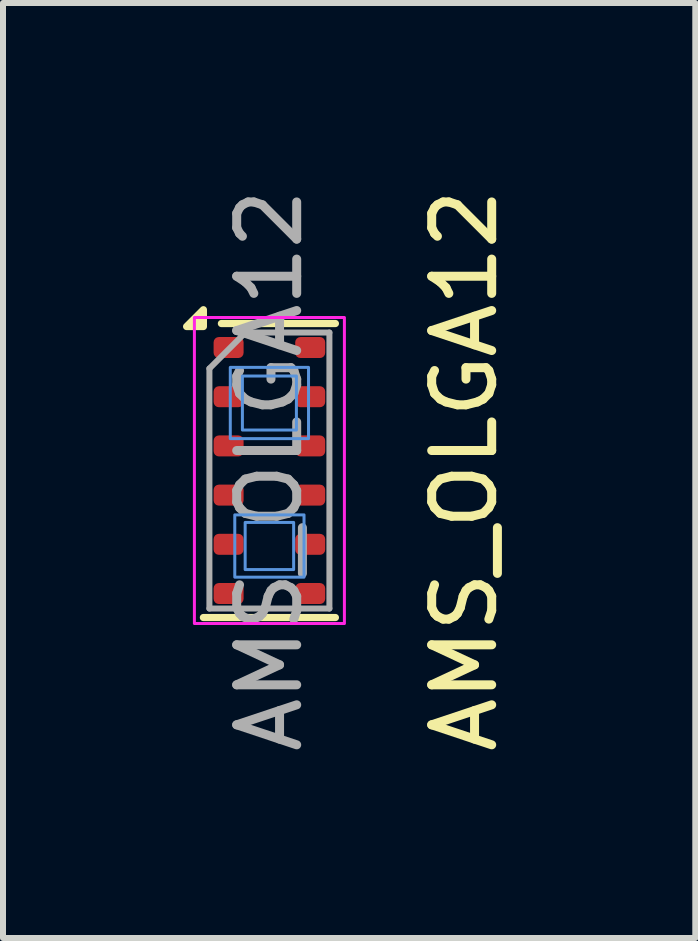
<source format=kicad_pcb>
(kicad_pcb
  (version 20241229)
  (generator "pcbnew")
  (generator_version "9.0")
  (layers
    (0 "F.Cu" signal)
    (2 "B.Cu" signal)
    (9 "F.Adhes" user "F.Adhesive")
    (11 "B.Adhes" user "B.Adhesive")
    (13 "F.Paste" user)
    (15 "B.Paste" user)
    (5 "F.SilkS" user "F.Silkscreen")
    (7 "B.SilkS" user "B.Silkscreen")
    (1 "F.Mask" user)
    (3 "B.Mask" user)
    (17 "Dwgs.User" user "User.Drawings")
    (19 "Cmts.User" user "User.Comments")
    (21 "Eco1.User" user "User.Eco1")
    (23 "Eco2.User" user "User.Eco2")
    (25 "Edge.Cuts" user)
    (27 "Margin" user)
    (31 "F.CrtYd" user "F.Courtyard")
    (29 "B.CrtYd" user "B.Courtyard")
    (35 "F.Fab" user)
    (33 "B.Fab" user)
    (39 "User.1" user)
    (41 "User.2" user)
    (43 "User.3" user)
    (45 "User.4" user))
  (footprint "AMS_OLGA12"
    (layer "F.Cu")
    (at 1.44 4.792)
    (property "Reference" "AMS_OLGA12" (at 3.25 0 270) (layer "F.SilkS") (effects (font (size 1 1) (thickness 0.15))))
    (attr smd)
    (fp_line (start -1.1 2.45) (end 1.1 2.45) (stroke (width 0.12) (type default)) (layer "F.SilkS"))
    (fp_line (start -0.8 -2.45) (end 1.1 -2.45) (stroke (width 0.12) (type default)) (layer "F.SilkS"))
    (fp_poly (pts (xy -1.1 -2.4) (xy -1.1 -2.68) (xy -1.38 -2.4) (xy -1.1 -2.4)) (stroke (width 0.12) (type solid)) (fill yes) (layer "F.SilkS"))
    (fp_rect (start -0.652 -1.719) (end 0.652 -0.531) (stroke (width 0.05) (type default)) (fill no) (layer "Cmts.User"))
    (fp_rect (start -0.577 0.739) (end 0.577 1.777) (stroke (width 0.05) (type default)) (fill no) (layer "Cmts.User"))
    (fp_rect (start -0.45 -1.575) (end 0.45 -0.675) (stroke (width 0.05) (type default)) (fill no) (layer "Cmts.User"))
    (fp_rect (start -0.404 0.865) (end 0.404 1.651) (stroke (width 0.05) (type default)) (fill no) (layer "Cmts.User"))
    (fp_rect (start -1.25 -2.55) (end 1.25 2.55) (stroke (width 0.05) (type default)) (fill no) (layer "F.CrtYd"))
    (fp_line (start -1 -1.7) (end -0.4 -2.3) (stroke (width 0.1) (type default)) (layer "F.Fab"))
    (fp_line (start -1 2.3) (end -1 -1.7) (stroke (width 0.1) (type default)) (layer "F.Fab"))
    (fp_line (start -1 2.3) (end 1 2.3) (stroke (width 0.1) (type default)) (layer "F.Fab"))
    (fp_line (start 1 -2.3) (end -0.4 -2.3) (stroke (width 0.1) (type default)) (layer "F.Fab"))
    (fp_line (start 1 -2.3) (end 1 2.3) (stroke (width 0.1) (type default)) (layer "F.Fab"))
    (fp_text user "${REFERENCE}" (at 0 0 270) (layer "F.Fab") (effects (font (size 1 1) (thickness 0.15))))
    (pad "1" smd roundrect (at -0.68 -2.05) (size 0.5 0.35) (layers "F.Cu" "F.Mask" "F.Paste") (roundrect_rratio 0.25))
    (pad "2" smd roundrect (at -0.68 -1.23) (size 0.5 0.35) (layers "F.Cu" "F.Mask" "F.Paste") (roundrect_rratio 0.25))
    (pad "3" smd roundrect (at -0.68 -0.41) (size 0.5 0.35) (layers "F.Cu" "F.Mask" "F.Paste") (roundrect_rratio 0.25))
    (pad "4" smd roundrect (at -0.68 0.41) (size 0.5 0.35) (layers "F.Cu" "F.Mask" "F.Paste") (roundrect_rratio 0.25))
    (pad "5" smd roundrect (at -0.68 1.23) (size 0.5 0.35) (layers "F.Cu" "F.Mask" "F.Paste") (roundrect_rratio 0.25))
    (pad "6" smd roundrect (at -0.68 2.05) (size 0.5 0.35) (layers "F.Cu" "F.Mask" "F.Paste") (roundrect_rratio 0.25))
    (pad "7" smd roundrect (at 0.68 2.05) (size 0.5 0.35) (layers "F.Cu" "F.Mask" "F.Paste") (roundrect_rratio 0.25))
    (pad "8" smd roundrect (at 0.68 1.23) (size 0.5 0.35) (layers "F.Cu" "F.Mask" "F.Paste") (roundrect_rratio 0.25))
    (pad "9" smd roundrect (at 0.68 0.41) (size 0.5 0.35) (layers "F.Cu" "F.Mask" "F.Paste") (roundrect_rratio 0.25))
    (pad "10" smd roundrect (at 0.68 -0.41) (size 0.5 0.35) (layers "F.Cu" "F.Mask" "F.Paste") (roundrect_rratio 0.25))
    (pad "11" smd roundrect (at 0.68 -1.23) (size 0.5 0.35) (layers "F.Cu" "F.Mask" "F.Paste") (roundrect_rratio 0.25))
    (pad "12" smd roundrect (at 0.68 -2.05) (size 0.5 0.35) (layers "F.Cu" "F.Mask" "F.Paste") (roundrect_rratio 0.25)))
  (gr_rect
    (start -3 -3)
    (end 8.538 12.583)
    (stroke (width 0.1) (type default))
    (fill no)
    (layer "Edge.Cuts")))
</source>
